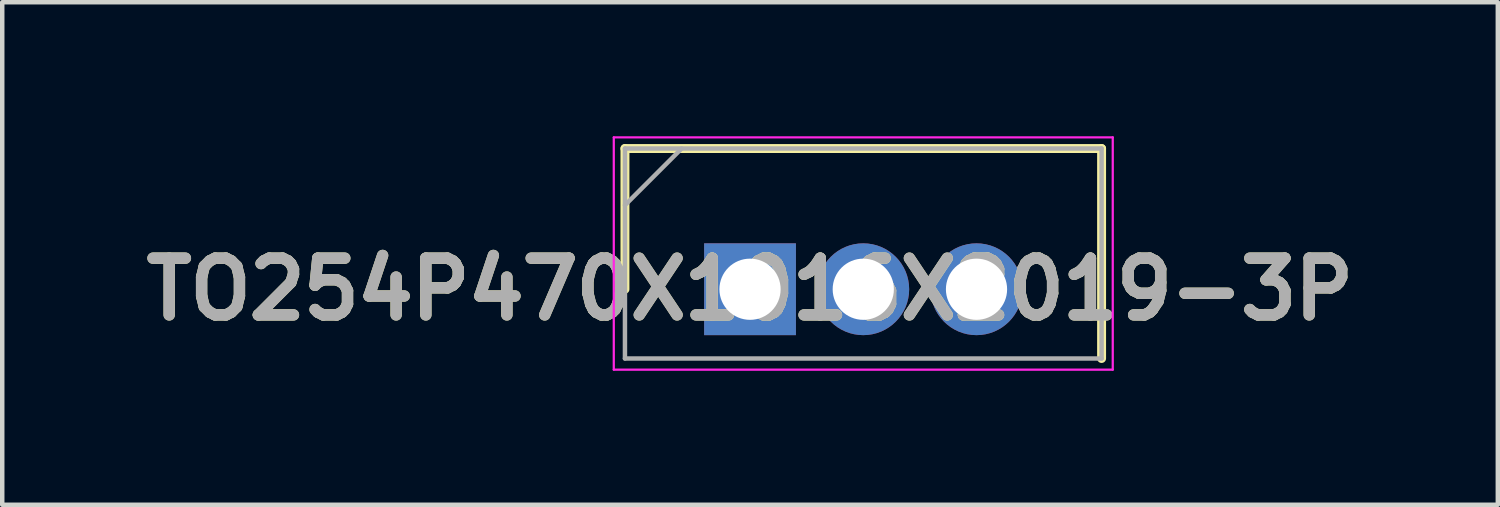
<source format=kicad_pcb>
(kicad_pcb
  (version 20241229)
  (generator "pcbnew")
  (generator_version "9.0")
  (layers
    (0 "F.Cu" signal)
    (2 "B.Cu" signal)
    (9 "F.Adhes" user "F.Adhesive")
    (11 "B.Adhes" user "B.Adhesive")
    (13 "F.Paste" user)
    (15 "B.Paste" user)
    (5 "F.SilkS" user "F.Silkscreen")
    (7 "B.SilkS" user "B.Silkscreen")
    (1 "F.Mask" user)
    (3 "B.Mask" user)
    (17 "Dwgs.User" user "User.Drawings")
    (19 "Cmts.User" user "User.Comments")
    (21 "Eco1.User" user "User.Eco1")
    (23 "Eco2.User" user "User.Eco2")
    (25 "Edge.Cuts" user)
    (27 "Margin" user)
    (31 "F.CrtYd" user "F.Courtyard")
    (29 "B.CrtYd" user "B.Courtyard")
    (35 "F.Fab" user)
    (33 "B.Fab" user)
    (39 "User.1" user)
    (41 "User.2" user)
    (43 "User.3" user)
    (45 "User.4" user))
  (footprint "TO254P470X1016X2019-3P"
    (layer "F.Cu")
    (at 13.74 3.425)
    (property "Reference" "TO254P470X1016X2019-3P" (at 0 0 0) (layer "F.SilkS") (effects (font (size 1.27 1.27) (thickness 0.254))))
    (attr through_hole)
    (fp_line (start -2.8 -3.15) (end -2.8 0) (stroke (width 0.2) (type solid)) (layer "F.SilkS"))
    (fp_line (start 7.87 -3.15) (end -2.8 -3.15) (stroke (width 0.2) (type solid)) (layer "F.SilkS"))
    (fp_line (start 7.87 1.55) (end 7.87 -3.15) (stroke (width 0.2) (type solid)) (layer "F.SilkS"))
    (fp_line (start -3.05 -3.4) (end 8.12 -3.4) (stroke (width 0.05) (type solid)) (layer "F.CrtYd"))
    (fp_line (start -3.05 1.8) (end -3.05 -3.4) (stroke (width 0.05) (type solid)) (layer "F.CrtYd"))
    (fp_line (start 8.12 -3.4) (end 8.12 1.8) (stroke (width 0.05) (type solid)) (layer "F.CrtYd"))
    (fp_line (start 8.12 1.8) (end -3.05 1.8) (stroke (width 0.05) (type solid)) (layer "F.CrtYd"))
    (fp_line (start -2.8 -3.15) (end 7.87 -3.15) (stroke (width 0.1) (type solid)) (layer "F.Fab"))
    (fp_line (start -2.8 -1.882) (end -1.532 -3.15) (stroke (width 0.1) (type solid)) (layer "F.Fab"))
    (fp_line (start -2.8 1.55) (end -2.8 -3.15) (stroke (width 0.1) (type solid)) (layer "F.Fab"))
    (fp_line (start 7.87 -3.15) (end 7.87 1.55) (stroke (width 0.1) (type solid)) (layer "F.Fab"))
    (fp_line (start 7.87 1.55) (end -2.8 1.55) (stroke (width 0.1) (type solid)) (layer "F.Fab"))
    (fp_text user "${REFERENCE}" (at 0 0 0) (layer "F.Fab") (effects (font (size 1.27 1.27) (thickness 0.254))))
    (pad "1" thru_hole rect (at 0 0) (size 2.055 2.055) (drill 1.37) (layers "*.Cu" "*.Mask"))
    (pad "2" thru_hole circle (at 2.535 0) (size 2.055 2.055) (drill 1.37) (layers "*.Cu" "*.Mask"))
    (pad "3" thru_hole circle (at 5.07 0) (size 2.055 2.055) (drill 1.37) (layers "*.Cu" "*.Mask")))
  (gr_rect
    (start -3 -3)
    (end 30.48 8.25)
    (stroke (width 0.1) (type default))
    (fill no)
    (layer "Edge.Cuts")))
</source>
